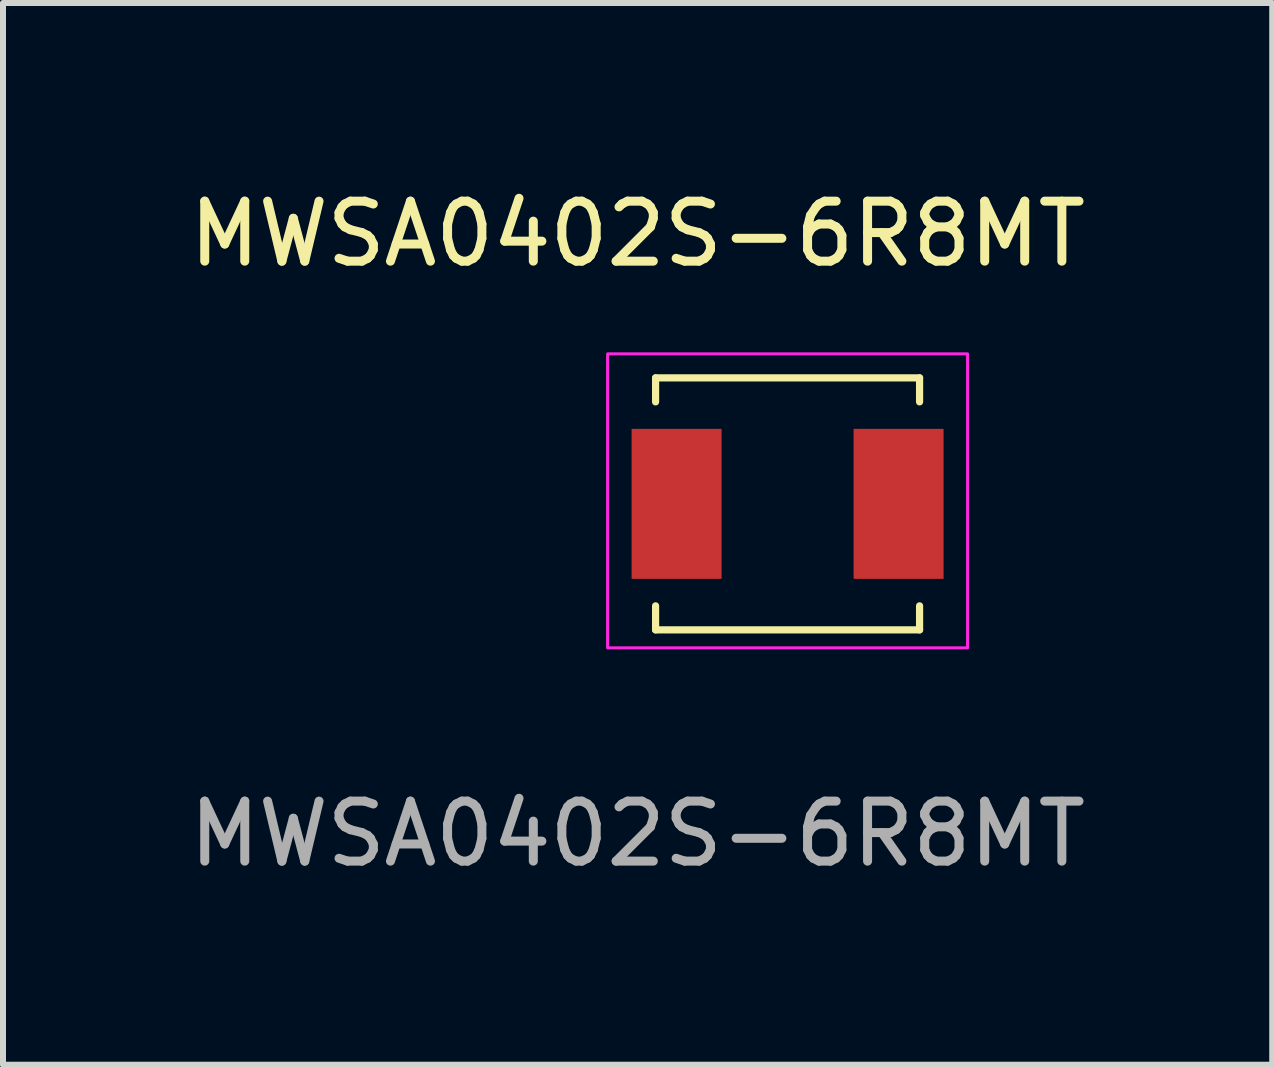
<source format=kicad_pcb>
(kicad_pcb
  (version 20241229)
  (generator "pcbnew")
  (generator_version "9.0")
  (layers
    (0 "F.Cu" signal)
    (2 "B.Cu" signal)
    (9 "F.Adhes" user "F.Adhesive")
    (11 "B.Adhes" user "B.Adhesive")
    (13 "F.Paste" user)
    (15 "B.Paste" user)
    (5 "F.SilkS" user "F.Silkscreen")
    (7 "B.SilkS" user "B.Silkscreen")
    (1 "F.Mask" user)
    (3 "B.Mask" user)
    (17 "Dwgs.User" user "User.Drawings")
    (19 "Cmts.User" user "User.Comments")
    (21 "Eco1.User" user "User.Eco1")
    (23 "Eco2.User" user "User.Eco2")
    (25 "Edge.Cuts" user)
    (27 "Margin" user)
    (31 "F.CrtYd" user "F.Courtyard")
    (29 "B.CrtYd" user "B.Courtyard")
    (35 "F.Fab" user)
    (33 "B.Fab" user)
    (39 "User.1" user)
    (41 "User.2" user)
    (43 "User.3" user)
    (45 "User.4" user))
  (footprint "MWSA0402S-6R8MT"
    (layer "F.Cu")
    (at 10.077 5.348)
    (property "Reference" "MWSA0402S-6R8MT" (at -2.5 -4.5 0) (unlocked yes) (layer "F.SilkS") (effects (font (size 1 1) (thickness 0.15))))
    (attr smd)
    (fp_line (start -2.2 -2.1) (end 2.2 -2.1) (stroke (width 0.12) (type solid)) (layer "F.SilkS"))
    (fp_line (start -2.2 -1.7) (end -2.2 -2.1) (stroke (width 0.12) (type solid)) (layer "F.SilkS"))
    (fp_line (start -2.2 2.1) (end -2.2 1.7) (stroke (width 0.12) (type solid)) (layer "F.SilkS"))
    (fp_line (start 2.2 -2.1) (end 2.2 -1.7) (stroke (width 0.12) (type solid)) (layer "F.SilkS"))
    (fp_line (start 2.2 1.7) (end 2.2 2.1) (stroke (width 0.12) (type solid)) (layer "F.SilkS"))
    (fp_line (start 2.2 2.1) (end -2.2 2.1) (stroke (width 0.12) (type solid)) (layer "F.SilkS"))
    (fp_rect (start -3 -2.5) (end 3 2.4) (stroke (width 0.05) (type solid)) (fill no) (layer "F.CrtYd"))
    (fp_text user "${REFERENCE}" (at -2.5 5.5 0) (unlocked yes) (layer "F.Fab") (effects (font (size 1 1) (thickness 0.15))))
    (pad "1" smd rect (at -1.85 0) (size 1.5 2.5) (layers "F.Cu" "F.Mask" "F.Paste"))
    (pad "2" smd rect (at 1.85 0) (size 1.5 2.5) (layers "F.Cu" "F.Mask" "F.Paste")))
  (gr_rect
    (start -3 -3)
    (end 18.155 14.697)
    (stroke (width 0.1) (type default))
    (fill no)
    (layer "Edge.Cuts")))
</source>
